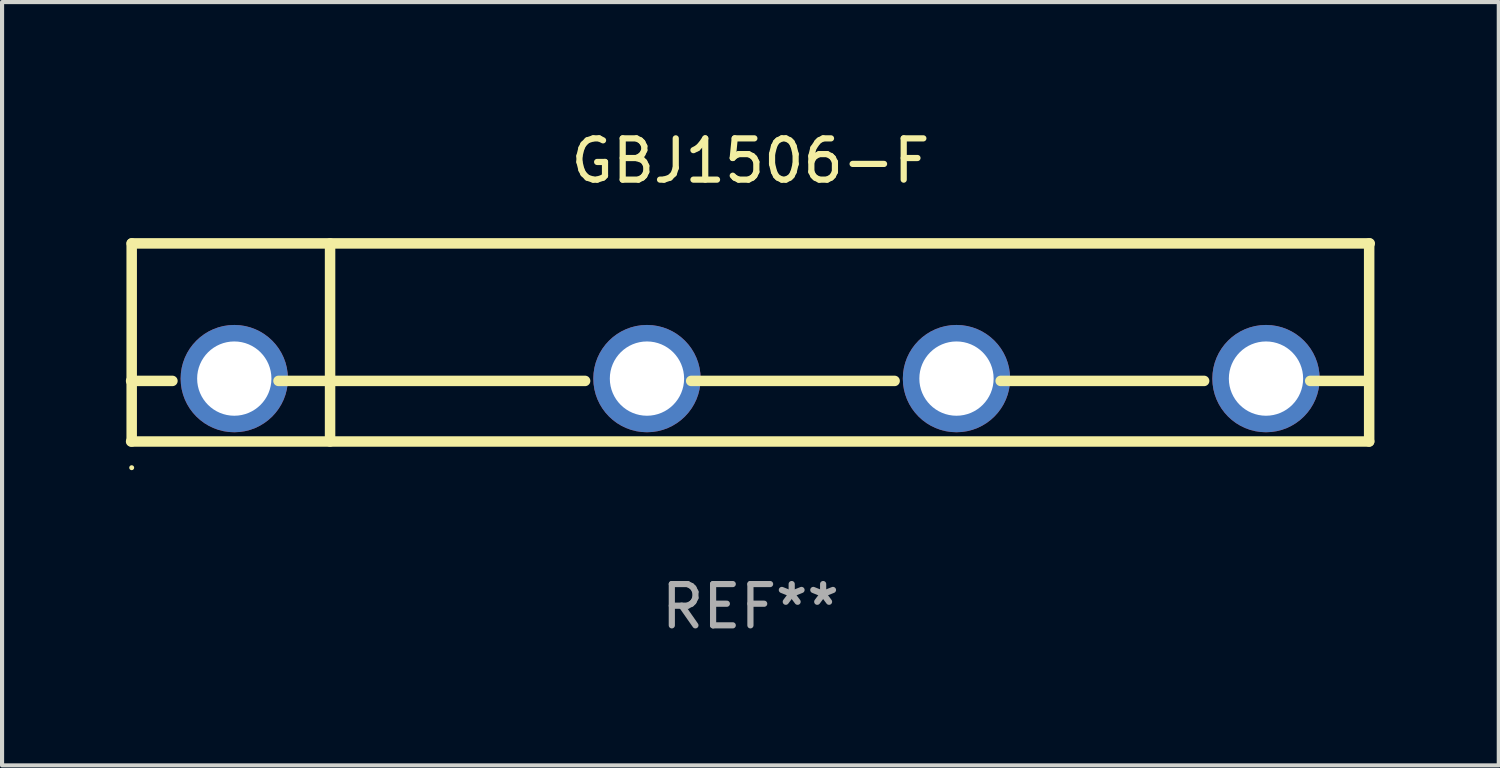
<source format=kicad_pcb>
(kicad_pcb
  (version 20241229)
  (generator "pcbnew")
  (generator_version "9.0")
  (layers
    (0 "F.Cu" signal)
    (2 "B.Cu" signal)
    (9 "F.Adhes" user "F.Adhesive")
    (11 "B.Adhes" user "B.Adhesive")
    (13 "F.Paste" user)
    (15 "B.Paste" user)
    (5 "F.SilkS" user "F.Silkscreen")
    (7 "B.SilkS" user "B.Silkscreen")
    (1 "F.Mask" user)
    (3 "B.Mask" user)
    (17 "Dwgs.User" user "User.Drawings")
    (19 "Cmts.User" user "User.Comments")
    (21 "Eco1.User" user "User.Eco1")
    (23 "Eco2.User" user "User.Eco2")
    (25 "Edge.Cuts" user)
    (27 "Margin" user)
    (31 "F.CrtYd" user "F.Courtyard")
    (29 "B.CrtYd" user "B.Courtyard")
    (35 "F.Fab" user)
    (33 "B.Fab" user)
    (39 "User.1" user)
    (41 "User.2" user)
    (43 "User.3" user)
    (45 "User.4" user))
  (footprint "GBJ1506-F"
    (layer "F.Cu")
    (at 15.134 5.248)
    (property "Reference" "GBJ1506-F" (at 0 -4.4 0) (layer "F.SilkS") (effects (font (size 1 1) (thickness 0.15))))
    (attr through_hole)
    (fp_line (start -15.007 0.932) (end -14.006 0.932) (stroke (width 0.254) (type solid)) (layer "F.SilkS"))
    (fp_line (start -15.007 2.4) (end 14.993 2.4) (stroke (width 0.254) (type solid)) (layer "F.SilkS"))
    (fp_line (start -14.993 -2.4) (end -14.993 2.4) (stroke (width 0.254) (type solid)) (layer "F.SilkS"))
    (fp_line (start -14.993 -2.4) (end 15.007 -2.4) (stroke (width 0.254) (type solid)) (layer "F.SilkS"))
    (fp_line (start -11.436 0.932) (end -4.006 0.932) (stroke (width 0.254) (type solid)) (layer "F.SilkS"))
    (fp_line (start -10.186 -2.4) (end -10.186 2.4) (stroke (width 0.254) (type solid)) (layer "F.SilkS"))
    (fp_line (start -1.436 0.932) (end 3.494 0.932) (stroke (width 0.254) (type solid)) (layer "F.SilkS"))
    (fp_line (start 6.064 0.932) (end 10.994 0.932) (stroke (width 0.254) (type solid)) (layer "F.SilkS"))
    (fp_line (start 13.564 0.932) (end 14.979 0.932) (stroke (width 0.254) (type solid)) (layer "F.SilkS"))
    (fp_line (start 14.993 -2.4) (end 14.993 2.4) (stroke (width 0.254) (type solid)) (layer "F.SilkS"))
    (fp_circle (center -14.993 3.035) (end -14.963 3.035) (stroke (width 0.06) (type solid)) (fill no) (layer "F.SilkS"))
    (fp_text user "+" (at -13.468 -0.656 0) (layer "B.Mask") (effects (font (size 1 1) (thickness 0.15))))
    (fp_text user "&#126;" (at 3.931 -0.574 0) (layer "B.Mask") (effects (font (size 1 1) (thickness 0.15))))
    (fp_text user "-" (at 11.169 -0.648 0) (layer "B.Mask") (effects (font (size 1 1) (thickness 0.15))))
    (fp_text user "&#126;" (at -3.308 -0.701 0) (layer "B.Mask") (effects (font (size 1 1) (thickness 0.15))))
    (fp_text user "REF**" (at 0 6.4 0) (layer "F.Fab") (effects (font (size 1 1) (thickness 0.15))))
    (pad "1" thru_hole circle (at -12.507 0.876) (size 2.6 2.6) (drill 1.8) (layers "*.Cu" "*.Mask"))
    (pad "2" thru_hole circle (at -2.507 0.876) (size 2.6 2.6) (drill 1.8) (layers "*.Cu" "*.Mask"))
    (pad "3" thru_hole circle (at 4.993 0.876) (size 2.6 2.6) (drill 1.8) (layers "*.Cu" "*.Mask"))
    (pad "4" thru_hole circle (at 12.493 0.876) (size 2.6 2.6) (drill 1.8) (layers "*.Cu" "*.Mask")))
  (gr_rect
    (start -3 -3)
    (end 33.268 15.496)
    (stroke (width 0.1) (type default))
    (fill no)
    (layer "Edge.Cuts")))
</source>
